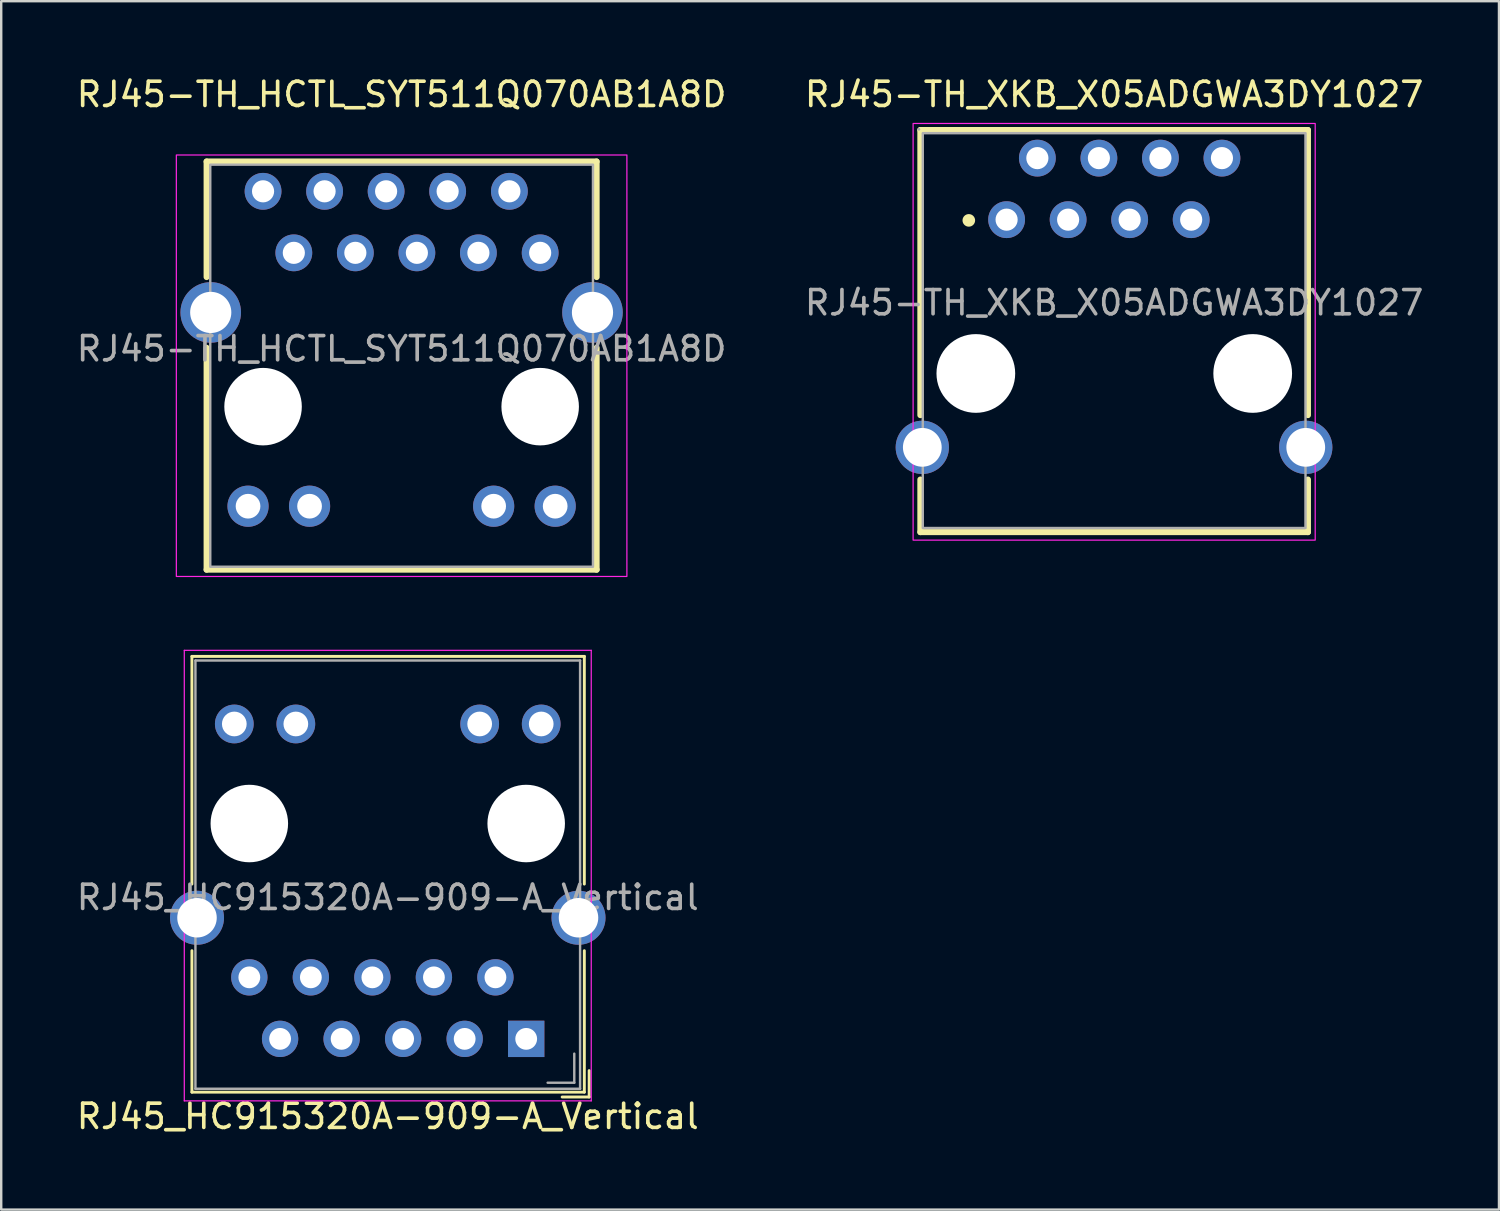
<source format=kicad_pcb>
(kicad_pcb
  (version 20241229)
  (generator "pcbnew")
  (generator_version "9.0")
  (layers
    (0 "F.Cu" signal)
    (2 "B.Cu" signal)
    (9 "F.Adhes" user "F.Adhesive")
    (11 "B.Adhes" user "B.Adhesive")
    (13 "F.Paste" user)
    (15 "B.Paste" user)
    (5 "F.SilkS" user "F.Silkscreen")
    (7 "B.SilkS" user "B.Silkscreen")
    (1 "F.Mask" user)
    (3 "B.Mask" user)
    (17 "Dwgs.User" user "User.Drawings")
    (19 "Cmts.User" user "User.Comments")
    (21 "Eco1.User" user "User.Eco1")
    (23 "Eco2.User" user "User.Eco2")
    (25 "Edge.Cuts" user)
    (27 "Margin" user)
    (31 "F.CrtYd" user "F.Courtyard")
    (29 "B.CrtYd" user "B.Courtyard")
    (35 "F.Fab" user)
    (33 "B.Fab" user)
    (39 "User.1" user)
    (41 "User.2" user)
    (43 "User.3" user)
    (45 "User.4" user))
  (footprint "RJ45-TH_XKB_X05ADGWA3DY1027"
    (layer "F.Cu")
    (at 42.946 9.448)
    (property "Reference" "RJ45-TH_XKB_X05ADGWA3DY1027" (at 0 -8.6 0) (layer "F.SilkS") (effects (font (size 1 1) (thickness 0.15))))
    (attr through_hole)
    (fp_line (start -8 -7.13) (end 8 -7.13) (stroke (width 0.25) (type solid)) (layer "F.SilkS"))
    (fp_line (start -8 4.64) (end -8 -7.13) (stroke (width 0.25) (type solid)) (layer "F.SilkS"))
    (fp_line (start -8 9.47) (end -8 7.3) (stroke (width 0.25) (type solid)) (layer "F.SilkS"))
    (fp_line (start -8 9.47) (end 8 9.47) (stroke (width 0.25) (type solid)) (layer "F.SilkS"))
    (fp_line (start 8 4.64) (end 8 -7.13) (stroke (width 0.25) (type solid)) (layer "F.SilkS"))
    (fp_line (start 8 9.47) (end 8 7.3) (stroke (width 0.25) (type solid)) (layer "F.SilkS"))
    (fp_circle (center -6 -3.4) (end -6 -3.2) (stroke (width 0.12) (type solid)) (fill yes) (layer "F.SilkS"))
    (fp_circle (center -5.71 2.92) (end -5.11 2.92) (stroke (width 1.2) (type solid)) (fill no) (layer "Cmts.User"))
    (fp_circle (center 5.72 2.92) (end 6.32 2.92) (stroke (width 1.2) (type solid)) (fill no) (layer "Cmts.User"))
    (fp_rect (start -8.3 -7.4) (end 8.3 9.8) (stroke (width 0.05) (type default)) (fill no) (layer "F.CrtYd"))
    (fp_rect (start -7.9 -7) (end 7.9 9.3) (stroke (width 0.1) (type default)) (fill no) (layer "F.Fab"))
    (fp_circle (center -8.06 -7.16) (end -8.03 -7.16) (stroke (width 0.06) (type solid)) (fill no) (layer "F.Fab"))
    (fp_text user "${REFERENCE}" (at 0 0 0) (layer "F.Fab") (effects (font (size 1 1) (thickness 0.15))))
    (pad "" np_thru_hole circle (at -5.71 2.92) (size 3.25 3.25) (drill 3.25) (layers "*.Cu" "*.Mask"))
    (pad "" np_thru_hole circle (at 5.72 2.92) (size 3.25 3.25) (drill 3.25) (layers "*.Cu" "*.Mask"))
    (pad "1" thru_hole circle (at -4.44 -3.43 180) (size 1.52 1.52) (drill 0.914) (layers "*.Cu" "*.Mask"))
    (pad "2" thru_hole circle (at -3.17 -5.97 180) (size 1.52 1.52) (drill 0.914) (layers "*.Cu" "*.Mask"))
    (pad "3" thru_hole circle (at -1.9 -3.43 180) (size 1.52 1.52) (drill 0.914) (layers "*.Cu" "*.Mask"))
    (pad "4" thru_hole circle (at -0.63 -5.97 180) (size 1.52 1.52) (drill 0.914) (layers "*.Cu" "*.Mask"))
    (pad "5" thru_hole circle (at 0.64 -3.43 180) (size 1.52 1.52) (drill 0.914) (layers "*.Cu" "*.Mask"))
    (pad "6" thru_hole circle (at 1.91 -5.97 180) (size 1.52 1.52) (drill 0.914) (layers "*.Cu" "*.Mask"))
    (pad "7" thru_hole circle (at 3.18 -3.43 180) (size 1.52 1.52) (drill 0.914) (layers "*.Cu" "*.Mask"))
    (pad "8" thru_hole circle (at 4.45 -5.97 180) (size 1.52 1.52) (drill 0.914) (layers "*.Cu" "*.Mask"))
    (pad "SH" thru_hole circle (at -7.92 5.97 180) (size 2.2 2.2) (drill 1.6) (layers "*.Cu" "*.Mask"))
    (pad "SH" thru_hole circle (at 7.91 5.97 180) (size 2.2 2.2) (drill 1.6) (layers "*.Cu" "*.Mask")))
  (footprint "RJ45-TH_HCTL_SYT511Q070AB1A8D"
    (layer "F.Cu")
    (at 13.53 11.348)
    (property "Reference" "RJ45-TH_HCTL_SYT511Q070AB1A8D" (at 0 -10.5 0) (layer "F.SilkS") (effects (font (size 1 1) (thickness 0.15))))
    (attr through_hole)
    (fp_line (start -8.05 -7.73) (end 8.05 -7.73) (stroke (width 0.25) (type solid)) (layer "F.SilkS"))
    (fp_line (start -8.05 -2.96) (end -8.05 -7.73) (stroke (width 0.25) (type solid)) (layer "F.SilkS"))
    (fp_line (start -8.05 9.12) (end -8.05 -0.04) (stroke (width 0.25) (type solid)) (layer "F.SilkS"))
    (fp_line (start 8.05 -7.73) (end 8.05 -2.96) (stroke (width 0.25) (type solid)) (layer "F.SilkS"))
    (fp_line (start 8.05 -0.04) (end 8.05 9.12) (stroke (width 0.25) (type solid)) (layer "F.SilkS"))
    (fp_line (start 8.05 9.12) (end -8.05 9.12) (stroke (width 0.25) (type solid)) (layer "F.SilkS"))
    (fp_rect (start -9.3 -8) (end 9.3 9.4) (stroke (width 0.05) (type default)) (fill no) (layer "F.CrtYd"))
    (fp_rect (start -7.9 -7.6) (end 7.9 9) (stroke (width 0.1) (type default)) (fill no) (layer "F.Fab"))
    (fp_text user "${REFERENCE}" (at 0 0 0) (layer "F.Fab") (effects (font (size 1 1) (thickness 0.15))))
    (pad "" np_thru_hole circle (at -5.72 2.39) (size 3.2 3.2) (drill 3.2) (layers "*.Cu" "*.Mask"))
    (pad "" np_thru_hole circle (at 5.72 2.39) (size 3.2 3.2) (drill 3.2) (layers "*.Cu" "*.Mask"))
    (pad "1" thru_hole circle (at -5.72 -6.5) (size 1.52 1.52) (drill 0.914) (layers "*.Cu" "*.Mask"))
    (pad "2" thru_hole circle (at -4.45 -3.96) (size 1.52 1.52) (drill 0.914) (layers "*.Cu" "*.Mask"))
    (pad "3" thru_hole circle (at -3.18 -6.5) (size 1.52 1.52) (drill 0.914) (layers "*.Cu" "*.Mask"))
    (pad "4" thru_hole circle (at -1.91 -3.96) (size 1.52 1.52) (drill 0.914) (layers "*.Cu" "*.Mask"))
    (pad "5" thru_hole circle (at -0.64 -6.5) (size 1.52 1.52) (drill 0.914) (layers "*.Cu" "*.Mask"))
    (pad "6" thru_hole circle (at 0.63 -3.96) (size 1.52 1.52) (drill 0.914) (layers "*.Cu" "*.Mask"))
    (pad "7" thru_hole circle (at 1.9 -6.5) (size 1.52 1.52) (drill 0.914) (layers "*.Cu" "*.Mask"))
    (pad "8" thru_hole circle (at 3.17 -3.96) (size 1.52 1.52) (drill 0.914) (layers "*.Cu" "*.Mask"))
    (pad "9" thru_hole circle (at 4.45 -6.5) (size 1.52 1.52) (drill 0.914) (layers "*.Cu" "*.Mask"))
    (pad "10" thru_hole circle (at 5.72 -3.96) (size 1.52 1.52) (drill 0.914) (layers "*.Cu" "*.Mask"))
    (pad "11" thru_hole circle (at -6.34 6.5) (size 1.7 1.7) (drill 1.02) (layers "*.Cu" "*.Mask"))
    (pad "12" thru_hole circle (at -3.8 6.5) (size 1.7 1.7) (drill 1.02) (layers "*.Cu" "*.Mask"))
    (pad "13" thru_hole circle (at 3.8 6.5) (size 1.7 1.7) (drill 1.02) (layers "*.Cu" "*.Mask"))
    (pad "14" thru_hole circle (at 6.34 6.5) (size 1.7 1.7) (drill 1.02) (layers "*.Cu" "*.Mask"))
    (pad "SH" thru_hole circle (at -7.88 -1.5) (size 2.5 2.5) (drill 1.7) (layers "*.Cu" "*.Mask"))
    (pad "SH" thru_hole circle (at 7.88 -1.5) (size 2.5 2.5) (drill 1.7) (layers "*.Cu" "*.Mask")))
  (footprint "RJ45_HC915320A-909-A_Vertical"
    (layer "F.Cu")
    (at 12.958 30.948)
    (property "Reference" "RJ45_HC915320A-909-A_Vertical" (at 0 12.09 0) (layer "F.SilkS") (effects (font (size 1 1) (thickness 0.15))))
    (attr through_hole)
    (fp_line (start -8.085 -6.9) (end -8.085 2.5) (stroke (width 0.12) (type solid)) (layer "F.SilkS"))
    (fp_line (start -8.085 -6.9) (end 8.115 -6.9) (stroke (width 0.12) (type solid)) (layer "F.SilkS"))
    (fp_line (start -8.085 5.25) (end -8.085 11.09) (stroke (width 0.12) (type solid)) (layer "F.SilkS"))
    (fp_line (start -8.085 11.09) (end 8.115 11.09) (stroke (width 0.12) (type solid)) (layer "F.SilkS"))
    (fp_line (start 8.115 2.5) (end 8.115 -6.9) (stroke (width 0.12) (type solid)) (layer "F.SilkS"))
    (fp_line (start 8.115 11.09) (end 8.115 5.25) (stroke (width 0.12) (type solid)) (layer "F.SilkS"))
    (fp_line (start 8.315 10.2) (end 8.315 11.29) (stroke (width 0.12) (type solid)) (layer "F.SilkS"))
    (fp_line (start 8.315 11.29) (end 7.2 11.29) (stroke (width 0.12) (type solid)) (layer "F.SilkS"))
    (fp_line (start -8.4 -7.15) (end 8.4 -7.15) (stroke (width 0.05) (type solid)) (layer "F.CrtYd"))
    (fp_line (start -8.4 11.45) (end -8.4 -7.15) (stroke (width 0.05) (type solid)) (layer "F.CrtYd"))
    (fp_line (start 8.4 -7.15) (end 8.4 11.45) (stroke (width 0.05) (type solid)) (layer "F.CrtYd"))
    (fp_line (start 8.4 11.45) (end -8.4 11.45) (stroke (width 0.05) (type solid)) (layer "F.CrtYd"))
    (fp_line (start -7.94 -6.73) (end -7.94 10.95) (stroke (width 0.1) (type solid)) (layer "F.Fab"))
    (fp_line (start -7.94 -6.73) (end 7.94 -6.73) (stroke (width 0.1) (type solid)) (layer "F.Fab"))
    (fp_line (start -7.94 10.95) (end 7.94 10.95) (stroke (width 0.1) (type solid)) (layer "F.Fab"))
    (fp_line (start 7.7 9.5) (end 7.7 10.7) (stroke (width 0.1) (type solid)) (layer "F.Fab"))
    (fp_line (start 7.7 10.7) (end 6.6 10.7) (stroke (width 0.1) (type solid)) (layer "F.Fab"))
    (fp_line (start 7.94 -6.73) (end 7.94 10.95) (stroke (width 0.1) (type solid)) (layer "F.Fab"))
    (fp_text user "${REFERENCE}" (at 0 3.05 0) (layer "F.Fab") (effects (font (size 1 1) (thickness 0.15))))
    (pad "" np_thru_hole circle (at -5.715 0) (size 3.2 3.2) (drill 3.25) (layers "*.Cu" "*.Mask"))
    (pad "" np_thru_hole circle (at 5.715 0) (size 3.2 3.2) (drill 3.25) (layers "*.Cu" "*.Mask"))
    (pad "1" thru_hole rect (at 5.715 8.89) (size 1.5 1.5) (drill 0.9) (layers "*.Cu" "*.Mask"))
    (pad "2" thru_hole circle (at 4.445 6.35) (size 1.5 1.5) (drill 0.9) (layers "*.Cu" "*.Mask"))
    (pad "3" thru_hole circle (at 3.175 8.89) (size 1.5 1.5) (drill 0.9) (layers "*.Cu" "*.Mask"))
    (pad "4" thru_hole circle (at 1.905 6.35) (size 1.5 1.5) (drill 0.9) (layers "*.Cu" "*.Mask"))
    (pad "5" thru_hole circle (at 0.635 8.89) (size 1.5 1.5) (drill 0.9) (layers "*.Cu" "*.Mask"))
    (pad "6" thru_hole circle (at -0.635 6.35) (size 1.5 1.5) (drill 0.9) (layers "*.Cu" "*.Mask"))
    (pad "7" thru_hole circle (at -1.905 8.89) (size 1.5 1.5) (drill 0.9) (layers "*.Cu" "*.Mask"))
    (pad "8" thru_hole circle (at -3.175 6.35) (size 1.5 1.5) (drill 0.9) (layers "*.Cu" "*.Mask"))
    (pad "9" thru_hole circle (at -4.445 8.89) (size 1.5 1.5) (drill 0.9) (layers "*.Cu" "*.Mask"))
    (pad "10" thru_hole circle (at -5.715 6.35) (size 1.5 1.5) (drill 0.9) (layers "*.Cu" "*.Mask"))
    (pad "11" thru_hole circle (at 6.335 -4.11) (size 1.6 1.6) (drill 1.02) (layers "*.Cu" "*.Mask"))
    (pad "12" thru_hole circle (at 3.795 -4.11) (size 1.6 1.6) (drill 1.02) (layers "*.Cu" "*.Mask"))
    (pad "13" thru_hole circle (at -3.795 -4.11) (size 1.6 1.6) (drill 1.02) (layers "*.Cu" "*.Mask"))
    (pad "14" thru_hole circle (at -6.335 -4.11) (size 1.6 1.6) (drill 1.02) (layers "*.Cu" "*.Mask"))
    (pad "SH" thru_hole circle (at -7.875 3.89) (size 2.23 2.23) (drill 1.63) (layers "*.Cu" "*.Mask"))
    (pad "SH" thru_hole circle (at 7.875 3.89) (size 2.23 2.23) (drill 1.63) (layers "*.Cu" "*.Mask")))
  (gr_rect
    (start -3 -3)
    (end 58.833 46.886)
    (stroke (width 0.1) (type default))
    (fill no)
    (layer "Edge.Cuts")))
</source>
